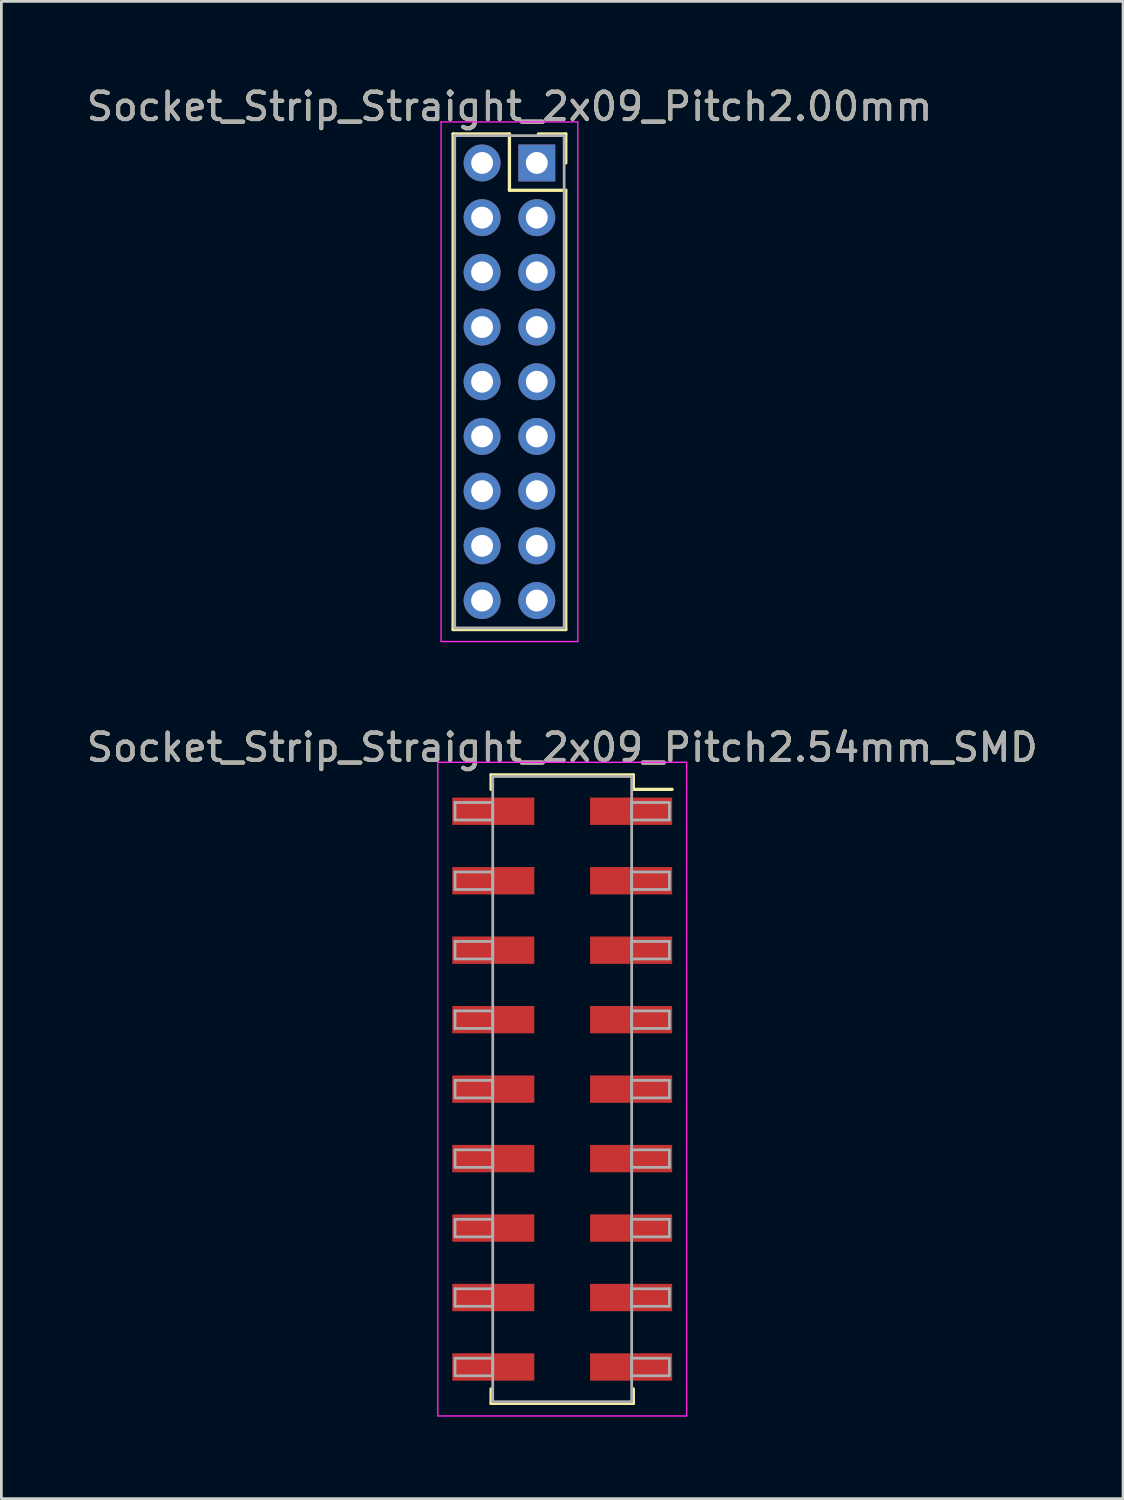
<source format=kicad_pcb>
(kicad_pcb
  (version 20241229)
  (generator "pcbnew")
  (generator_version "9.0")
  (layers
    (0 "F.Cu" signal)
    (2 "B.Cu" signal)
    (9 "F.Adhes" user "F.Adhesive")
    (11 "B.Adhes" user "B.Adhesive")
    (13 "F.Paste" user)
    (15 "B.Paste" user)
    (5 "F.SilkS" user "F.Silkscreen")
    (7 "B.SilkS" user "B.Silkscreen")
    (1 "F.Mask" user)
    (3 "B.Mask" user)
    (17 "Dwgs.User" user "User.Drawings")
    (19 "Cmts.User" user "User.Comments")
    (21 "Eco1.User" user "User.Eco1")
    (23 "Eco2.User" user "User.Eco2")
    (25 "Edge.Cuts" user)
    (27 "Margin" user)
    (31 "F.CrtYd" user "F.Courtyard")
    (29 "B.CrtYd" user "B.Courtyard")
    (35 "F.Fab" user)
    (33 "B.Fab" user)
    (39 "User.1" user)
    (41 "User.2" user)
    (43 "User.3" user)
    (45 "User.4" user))
  (footprint "Socket_Strip_Straight_2x09_Pitch2.54mm_SMD"
    (layer "F.Cu")
    (at 17.506 36.772)
    (property "Reference" "Socket_Strip_Straight_2x09_Pitch2.54mm_SMD" (at 0 -12.49 0) (layer "F.SilkS") (effects (font (size 1 1) (thickness 0.15))))
    (attr smd)
    (fp_line (start -2.6 -11.49) (end 2.6 -11.49) (stroke (width 0.12) (type solid)) (layer "F.SilkS"))
    (fp_line (start -2.6 -10.96) (end -2.6 -11.49) (stroke (width 0.12) (type solid)) (layer "F.SilkS"))
    (fp_line (start -2.6 10.96) (end -2.6 11.49) (stroke (width 0.12) (type solid)) (layer "F.SilkS"))
    (fp_line (start -2.6 11.49) (end 2.6 11.49) (stroke (width 0.12) (type solid)) (layer "F.SilkS"))
    (fp_line (start 2.6 -11.49) (end 2.6 -10.96) (stroke (width 0.12) (type solid)) (layer "F.SilkS"))
    (fp_line (start 2.6 11.49) (end 2.6 10.96) (stroke (width 0.12) (type solid)) (layer "F.SilkS"))
    (fp_line (start 4.02 -10.96) (end 2.6 -10.96) (stroke (width 0.12) (type solid)) (layer "F.SilkS"))
    (fp_line (start -4.55 -11.95) (end -4.55 11.95) (stroke (width 0.05) (type solid)) (layer "F.CrtYd"))
    (fp_line (start -4.55 11.95) (end 4.55 11.95) (stroke (width 0.05) (type solid)) (layer "F.CrtYd"))
    (fp_line (start 4.55 -11.95) (end -4.55 -11.95) (stroke (width 0.05) (type solid)) (layer "F.CrtYd"))
    (fp_line (start 4.55 11.95) (end 4.55 -11.95) (stroke (width 0.05) (type solid)) (layer "F.CrtYd"))
    (fp_line (start -3.92 -10.48) (end -2.54 -10.48) (stroke (width 0.1) (type solid)) (layer "F.Fab"))
    (fp_line (start -3.92 -9.84) (end -3.92 -10.48) (stroke (width 0.1) (type solid)) (layer "F.Fab"))
    (fp_line (start -3.92 -7.94) (end -2.54 -7.94) (stroke (width 0.1) (type solid)) (layer "F.Fab"))
    (fp_line (start -3.92 -7.3) (end -3.92 -7.94) (stroke (width 0.1) (type solid)) (layer "F.Fab"))
    (fp_line (start -3.92 -5.4) (end -2.54 -5.4) (stroke (width 0.1) (type solid)) (layer "F.Fab"))
    (fp_line (start -3.92 -4.76) (end -3.92 -5.4) (stroke (width 0.1) (type solid)) (layer "F.Fab"))
    (fp_line (start -3.92 -2.86) (end -2.54 -2.86) (stroke (width 0.1) (type solid)) (layer "F.Fab"))
    (fp_line (start -3.92 -2.22) (end -3.92 -2.86) (stroke (width 0.1) (type solid)) (layer "F.Fab"))
    (fp_line (start -3.92 -0.32) (end -2.54 -0.32) (stroke (width 0.1) (type solid)) (layer "F.Fab"))
    (fp_line (start -3.92 0.32) (end -3.92 -0.32) (stroke (width 0.1) (type solid)) (layer "F.Fab"))
    (fp_line (start -3.92 2.22) (end -2.54 2.22) (stroke (width 0.1) (type solid)) (layer "F.Fab"))
    (fp_line (start -3.92 2.86) (end -3.92 2.22) (stroke (width 0.1) (type solid)) (layer "F.Fab"))
    (fp_line (start -3.92 4.76) (end -2.54 4.76) (stroke (width 0.1) (type solid)) (layer "F.Fab"))
    (fp_line (start -3.92 5.4) (end -3.92 4.76) (stroke (width 0.1) (type solid)) (layer "F.Fab"))
    (fp_line (start -3.92 7.3) (end -2.54 7.3) (stroke (width 0.1) (type solid)) (layer "F.Fab"))
    (fp_line (start -3.92 7.94) (end -3.92 7.3) (stroke (width 0.1) (type solid)) (layer "F.Fab"))
    (fp_line (start -3.92 9.84) (end -2.54 9.84) (stroke (width 0.1) (type solid)) (layer "F.Fab"))
    (fp_line (start -3.92 10.48) (end -3.92 9.84) (stroke (width 0.1) (type solid)) (layer "F.Fab"))
    (fp_line (start -2.54 -11.43) (end -2.54 11.43) (stroke (width 0.1) (type solid)) (layer "F.Fab"))
    (fp_line (start -2.54 -10.48) (end -2.54 -9.84) (stroke (width 0.1) (type solid)) (layer "F.Fab"))
    (fp_line (start -2.54 -9.84) (end -3.92 -9.84) (stroke (width 0.1) (type solid)) (layer "F.Fab"))
    (fp_line (start -2.54 -7.94) (end -2.54 -7.3) (stroke (width 0.1) (type solid)) (layer "F.Fab"))
    (fp_line (start -2.54 -7.3) (end -3.92 -7.3) (stroke (width 0.1) (type solid)) (layer "F.Fab"))
    (fp_line (start -2.54 -5.4) (end -2.54 -4.76) (stroke (width 0.1) (type solid)) (layer "F.Fab"))
    (fp_line (start -2.54 -4.76) (end -3.92 -4.76) (stroke (width 0.1) (type solid)) (layer "F.Fab"))
    (fp_line (start -2.54 -2.86) (end -2.54 -2.22) (stroke (width 0.1) (type solid)) (layer "F.Fab"))
    (fp_line (start -2.54 -2.22) (end -3.92 -2.22) (stroke (width 0.1) (type solid)) (layer "F.Fab"))
    (fp_line (start -2.54 -0.32) (end -2.54 0.32) (stroke (width 0.1) (type solid)) (layer "F.Fab"))
    (fp_line (start -2.54 0.32) (end -3.92 0.32) (stroke (width 0.1) (type solid)) (layer "F.Fab"))
    (fp_line (start -2.54 2.22) (end -2.54 2.86) (stroke (width 0.1) (type solid)) (layer "F.Fab"))
    (fp_line (start -2.54 2.86) (end -3.92 2.86) (stroke (width 0.1) (type solid)) (layer "F.Fab"))
    (fp_line (start -2.54 4.76) (end -2.54 5.4) (stroke (width 0.1) (type solid)) (layer "F.Fab"))
    (fp_line (start -2.54 5.4) (end -3.92 5.4) (stroke (width 0.1) (type solid)) (layer "F.Fab"))
    (fp_line (start -2.54 7.3) (end -2.54 7.94) (stroke (width 0.1) (type solid)) (layer "F.Fab"))
    (fp_line (start -2.54 7.94) (end -3.92 7.94) (stroke (width 0.1) (type solid)) (layer "F.Fab"))
    (fp_line (start -2.54 9.84) (end -2.54 10.48) (stroke (width 0.1) (type solid)) (layer "F.Fab"))
    (fp_line (start -2.54 10.48) (end -3.92 10.48) (stroke (width 0.1) (type solid)) (layer "F.Fab"))
    (fp_line (start -2.54 11.43) (end 2.54 11.43) (stroke (width 0.1) (type solid)) (layer "F.Fab"))
    (fp_line (start 2.54 -11.43) (end -2.54 -11.43) (stroke (width 0.1) (type solid)) (layer "F.Fab"))
    (fp_line (start 2.54 -10.48) (end 2.54 -9.84) (stroke (width 0.1) (type solid)) (layer "F.Fab"))
    (fp_line (start 2.54 -9.84) (end 3.92 -9.84) (stroke (width 0.1) (type solid)) (layer "F.Fab"))
    (fp_line (start 2.54 -7.94) (end 2.54 -7.3) (stroke (width 0.1) (type solid)) (layer "F.Fab"))
    (fp_line (start 2.54 -7.3) (end 3.92 -7.3) (stroke (width 0.1) (type solid)) (layer "F.Fab"))
    (fp_line (start 2.54 -5.4) (end 2.54 -4.76) (stroke (width 0.1) (type solid)) (layer "F.Fab"))
    (fp_line (start 2.54 -4.76) (end 3.92 -4.76) (stroke (width 0.1) (type solid)) (layer "F.Fab"))
    (fp_line (start 2.54 -2.86) (end 2.54 -2.22) (stroke (width 0.1) (type solid)) (layer "F.Fab"))
    (fp_line (start 2.54 -2.22) (end 3.92 -2.22) (stroke (width 0.1) (type solid)) (layer "F.Fab"))
    (fp_line (start 2.54 -0.32) (end 2.54 0.32) (stroke (width 0.1) (type solid)) (layer "F.Fab"))
    (fp_line (start 2.54 0.32) (end 3.92 0.32) (stroke (width 0.1) (type solid)) (layer "F.Fab"))
    (fp_line (start 2.54 2.22) (end 2.54 2.86) (stroke (width 0.1) (type solid)) (layer "F.Fab"))
    (fp_line (start 2.54 2.86) (end 3.92 2.86) (stroke (width 0.1) (type solid)) (layer "F.Fab"))
    (fp_line (start 2.54 4.76) (end 2.54 5.4) (stroke (width 0.1) (type solid)) (layer "F.Fab"))
    (fp_line (start 2.54 5.4) (end 3.92 5.4) (stroke (width 0.1) (type solid)) (layer "F.Fab"))
    (fp_line (start 2.54 7.3) (end 2.54 7.94) (stroke (width 0.1) (type solid)) (layer "F.Fab"))
    (fp_line (start 2.54 7.94) (end 3.92 7.94) (stroke (width 0.1) (type solid)) (layer "F.Fab"))
    (fp_line (start 2.54 9.84) (end 2.54 10.48) (stroke (width 0.1) (type solid)) (layer "F.Fab"))
    (fp_line (start 2.54 10.48) (end 3.92 10.48) (stroke (width 0.1) (type solid)) (layer "F.Fab"))
    (fp_line (start 2.54 11.43) (end 2.54 -11.43) (stroke (width 0.1) (type solid)) (layer "F.Fab"))
    (fp_line (start 3.92 -10.48) (end 2.54 -10.48) (stroke (width 0.1) (type solid)) (layer "F.Fab"))
    (fp_line (start 3.92 -9.84) (end 3.92 -10.48) (stroke (width 0.1) (type solid)) (layer "F.Fab"))
    (fp_line (start 3.92 -7.94) (end 2.54 -7.94) (stroke (width 0.1) (type solid)) (layer "F.Fab"))
    (fp_line (start 3.92 -7.3) (end 3.92 -7.94) (stroke (width 0.1) (type solid)) (layer "F.Fab"))
    (fp_line (start 3.92 -5.4) (end 2.54 -5.4) (stroke (width 0.1) (type solid)) (layer "F.Fab"))
    (fp_line (start 3.92 -4.76) (end 3.92 -5.4) (stroke (width 0.1) (type solid)) (layer "F.Fab"))
    (fp_line (start 3.92 -2.86) (end 2.54 -2.86) (stroke (width 0.1) (type solid)) (layer "F.Fab"))
    (fp_line (start 3.92 -2.22) (end 3.92 -2.86) (stroke (width 0.1) (type solid)) (layer "F.Fab"))
    (fp_line (start 3.92 -0.32) (end 2.54 -0.32) (stroke (width 0.1) (type solid)) (layer "F.Fab"))
    (fp_line (start 3.92 0.32) (end 3.92 -0.32) (stroke (width 0.1) (type solid)) (layer "F.Fab"))
    (fp_line (start 3.92 2.22) (end 2.54 2.22) (stroke (width 0.1) (type solid)) (layer "F.Fab"))
    (fp_line (start 3.92 2.86) (end 3.92 2.22) (stroke (width 0.1) (type solid)) (layer "F.Fab"))
    (fp_line (start 3.92 4.76) (end 2.54 4.76) (stroke (width 0.1) (type solid)) (layer "F.Fab"))
    (fp_line (start 3.92 5.4) (end 3.92 4.76) (stroke (width 0.1) (type solid)) (layer "F.Fab"))
    (fp_line (start 3.92 7.3) (end 2.54 7.3) (stroke (width 0.1) (type solid)) (layer "F.Fab"))
    (fp_line (start 3.92 7.94) (end 3.92 7.3) (stroke (width 0.1) (type solid)) (layer "F.Fab"))
    (fp_line (start 3.92 9.84) (end 2.54 9.84) (stroke (width 0.1) (type solid)) (layer "F.Fab"))
    (fp_line (start 3.92 10.48) (end 3.92 9.84) (stroke (width 0.1) (type solid)) (layer "F.Fab"))
    (fp_text user "${REFERENCE}" (at 0 -12.49 0) (layer "F.Fab") (effects (font (size 1 1) (thickness 0.15))))
    (pad "1" smd rect (at 2.52 -10.16) (size 3 1) (layers "F.Cu" "F.Mask" "F.Paste"))
    (pad "2" smd rect (at -2.52 -10.16) (size 3 1) (layers "F.Cu" "F.Mask" "F.Paste"))
    (pad "3" smd rect (at 2.52 -7.62) (size 3 1) (layers "F.Cu" "F.Mask" "F.Paste"))
    (pad "4" smd rect (at -2.52 -7.62) (size 3 1) (layers "F.Cu" "F.Mask" "F.Paste"))
    (pad "5" smd rect (at 2.52 -5.08) (size 3 1) (layers "F.Cu" "F.Mask" "F.Paste"))
    (pad "6" smd rect (at -2.52 -5.08) (size 3 1) (layers "F.Cu" "F.Mask" "F.Paste"))
    (pad "7" smd rect (at 2.52 -2.54) (size 3 1) (layers "F.Cu" "F.Mask" "F.Paste"))
    (pad "8" smd rect (at -2.52 -2.54) (size 3 1) (layers "F.Cu" "F.Mask" "F.Paste"))
    (pad "9" smd rect (at 2.52 0) (size 3 1) (layers "F.Cu" "F.Mask" "F.Paste"))
    (pad "10" smd rect (at -2.52 0) (size 3 1) (layers "F.Cu" "F.Mask" "F.Paste"))
    (pad "11" smd rect (at 2.52 2.54) (size 3 1) (layers "F.Cu" "F.Mask" "F.Paste"))
    (pad "12" smd rect (at -2.52 2.54) (size 3 1) (layers "F.Cu" "F.Mask" "F.Paste"))
    (pad "13" smd rect (at 2.52 5.08) (size 3 1) (layers "F.Cu" "F.Mask" "F.Paste"))
    (pad "14" smd rect (at -2.52 5.08) (size 3 1) (layers "F.Cu" "F.Mask" "F.Paste"))
    (pad "15" smd rect (at 2.52 7.62) (size 3 1) (layers "F.Cu" "F.Mask" "F.Paste"))
    (pad "16" smd rect (at -2.52 7.62) (size 3 1) (layers "F.Cu" "F.Mask" "F.Paste"))
    (pad "17" smd rect (at 2.52 10.16) (size 3 1) (layers "F.Cu" "F.Mask" "F.Paste"))
    (pad "18" smd rect (at -2.52 10.16) (size 3 1) (layers "F.Cu" "F.Mask" "F.Paste")))
  (footprint "Socket_Strip_Straight_2x09_Pitch2.00mm"
    (layer "F.Cu")
    (at 16.577 2.908)
    (property "Reference" "Socket_Strip_Straight_2x09_Pitch2.00mm" (at -1 -2.06 0) (layer "F.SilkS") (effects (font (size 1 1) (thickness 0.15))))
    (attr through_hole)
    (fp_line (start -3.06 -1.06) (end -1 -1.06) (stroke (width 0.12) (type solid)) (layer "F.SilkS"))
    (fp_line (start -3.06 17.06) (end -3.06 -1.06) (stroke (width 0.12) (type solid)) (layer "F.SilkS"))
    (fp_line (start -1 -1.06) (end -1 1) (stroke (width 0.12) (type solid)) (layer "F.SilkS"))
    (fp_line (start -1 1) (end 1.06 1) (stroke (width 0.12) (type solid)) (layer "F.SilkS"))
    (fp_line (start 1.06 -1.06) (end 0.06 -1.06) (stroke (width 0.12) (type solid)) (layer "F.SilkS"))
    (fp_line (start 1.06 0) (end 1.06 -1.06) (stroke (width 0.12) (type solid)) (layer "F.SilkS"))
    (fp_line (start 1.06 1) (end 1.06 17.06) (stroke (width 0.12) (type solid)) (layer "F.SilkS"))
    (fp_line (start 1.06 17.06) (end -3.06 17.06) (stroke (width 0.12) (type solid)) (layer "F.SilkS"))
    (fp_line (start -3.5 -1.5) (end -3.5 17.5) (stroke (width 0.05) (type solid)) (layer "F.CrtYd"))
    (fp_line (start -3.5 17.5) (end 1.5 17.5) (stroke (width 0.05) (type solid)) (layer "F.CrtYd"))
    (fp_line (start 1.5 -1.5) (end -3.5 -1.5) (stroke (width 0.05) (type solid)) (layer "F.CrtYd"))
    (fp_line (start 1.5 17.5) (end 1.5 -1.5) (stroke (width 0.05) (type solid)) (layer "F.CrtYd"))
    (fp_line (start -3 -1) (end -3 17) (stroke (width 0.1) (type solid)) (layer "F.Fab"))
    (fp_line (start -3 17) (end 1 17) (stroke (width 0.1) (type solid)) (layer "F.Fab"))
    (fp_line (start 1 -1) (end -3 -1) (stroke (width 0.1) (type solid)) (layer "F.Fab"))
    (fp_line (start 1 17) (end 1 -1) (stroke (width 0.1) (type solid)) (layer "F.Fab"))
    (fp_text user "${REFERENCE}" (at -1 -2.06 0) (layer "F.Fab") (effects (font (size 1 1) (thickness 0.15))))
    (pad "1" thru_hole rect (at 0 0) (size 1.35 1.35) (drill 0.8) (layers "*.Cu" "*.Mask"))
    (pad "2" thru_hole oval (at -2 0) (size 1.35 1.35) (drill 0.8) (layers "*.Cu" "*.Mask"))
    (pad "3" thru_hole oval (at 0 2) (size 1.35 1.35) (drill 0.8) (layers "*.Cu" "*.Mask"))
    (pad "4" thru_hole oval (at -2 2) (size 1.35 1.35) (drill 0.8) (layers "*.Cu" "*.Mask"))
    (pad "5" thru_hole oval (at 0 4) (size 1.35 1.35) (drill 0.8) (layers "*.Cu" "*.Mask"))
    (pad "6" thru_hole oval (at -2 4) (size 1.35 1.35) (drill 0.8) (layers "*.Cu" "*.Mask"))
    (pad "7" thru_hole oval (at 0 6) (size 1.35 1.35) (drill 0.8) (layers "*.Cu" "*.Mask"))
    (pad "8" thru_hole oval (at -2 6) (size 1.35 1.35) (drill 0.8) (layers "*.Cu" "*.Mask"))
    (pad "9" thru_hole oval (at 0 8) (size 1.35 1.35) (drill 0.8) (layers "*.Cu" "*.Mask"))
    (pad "10" thru_hole oval (at -2 8) (size 1.35 1.35) (drill 0.8) (layers "*.Cu" "*.Mask"))
    (pad "11" thru_hole oval (at 0 10) (size 1.35 1.35) (drill 0.8) (layers "*.Cu" "*.Mask"))
    (pad "12" thru_hole oval (at -2 10) (size 1.35 1.35) (drill 0.8) (layers "*.Cu" "*.Mask"))
    (pad "13" thru_hole oval (at 0 12) (size 1.35 1.35) (drill 0.8) (layers "*.Cu" "*.Mask"))
    (pad "14" thru_hole oval (at -2 12) (size 1.35 1.35) (drill 0.8) (layers "*.Cu" "*.Mask"))
    (pad "15" thru_hole oval (at 0 14) (size 1.35 1.35) (drill 0.8) (layers "*.Cu" "*.Mask"))
    (pad "16" thru_hole oval (at -2 14) (size 1.35 1.35) (drill 0.8) (layers "*.Cu" "*.Mask"))
    (pad "17" thru_hole oval (at 0 16) (size 1.35 1.35) (drill 0.8) (layers "*.Cu" "*.Mask"))
    (pad "18" thru_hole oval (at -2 16) (size 1.35 1.35) (drill 0.8) (layers "*.Cu" "*.Mask")))
  (gr_rect
    (start -3 -3)
    (end 38.012 51.746)
    (stroke (width 0.1) (type default))
    (fill no)
    (layer "Edge.Cuts")))
</source>
